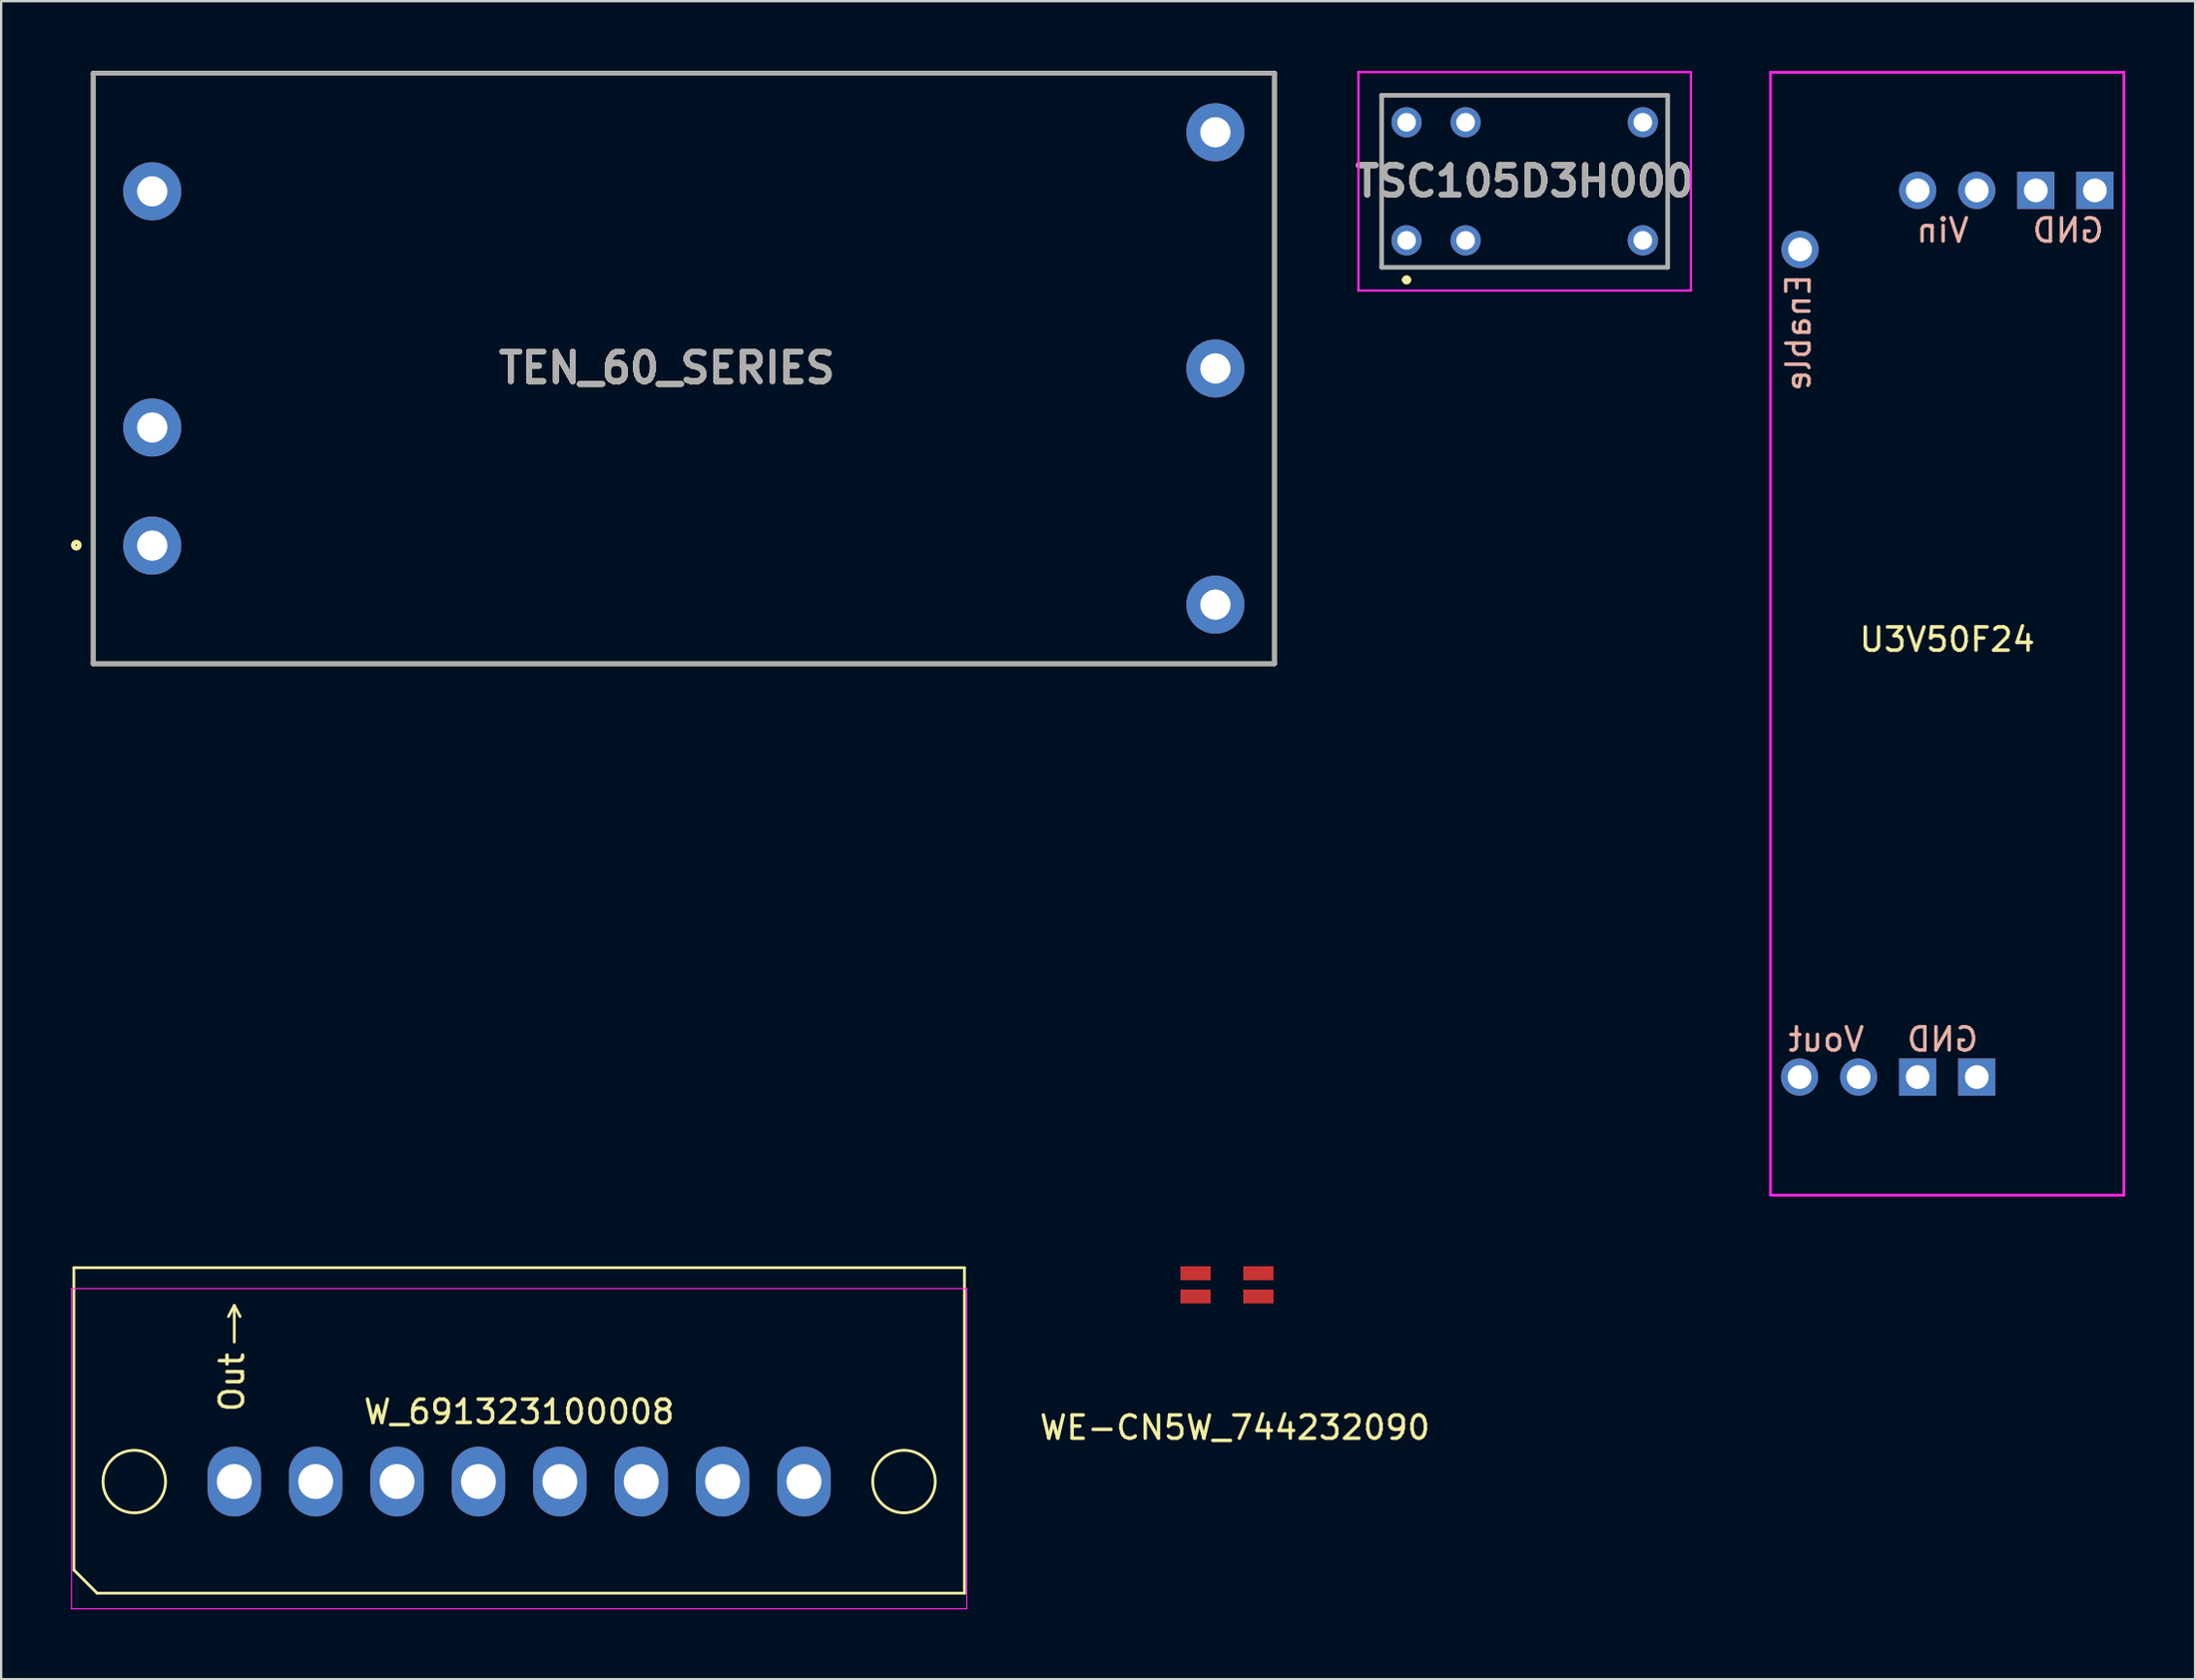
<source format=kicad_pcb>
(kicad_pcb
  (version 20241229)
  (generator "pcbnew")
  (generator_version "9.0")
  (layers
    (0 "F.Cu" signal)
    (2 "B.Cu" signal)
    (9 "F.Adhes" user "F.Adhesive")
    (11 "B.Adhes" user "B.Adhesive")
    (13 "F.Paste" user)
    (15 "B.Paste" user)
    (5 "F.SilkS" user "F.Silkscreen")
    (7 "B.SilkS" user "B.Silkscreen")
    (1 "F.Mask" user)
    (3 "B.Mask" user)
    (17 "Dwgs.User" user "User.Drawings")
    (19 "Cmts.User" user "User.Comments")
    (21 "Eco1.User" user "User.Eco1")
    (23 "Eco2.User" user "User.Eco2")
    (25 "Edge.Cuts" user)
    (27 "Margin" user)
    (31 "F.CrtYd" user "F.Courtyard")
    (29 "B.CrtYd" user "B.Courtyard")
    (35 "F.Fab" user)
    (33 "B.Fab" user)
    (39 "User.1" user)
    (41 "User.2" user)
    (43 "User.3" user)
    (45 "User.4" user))
  (footprint "WE-CN5W_744232090"
    (layer "F.Cu")
    (at 49.716 52.22)
    (property "Reference" "WE-CN5W_744232090" (at 0.34 6.14 0) (layer "F.SilkS") (effects (font (size 1 1) (thickness 0.15))))
    (attr through_hole)
    (pad "1" smd rect (at -1.35 -0.5) (size 1.3 0.6) (layers "F.Cu" "F.Mask" "F.Paste"))
    (pad "2" smd rect (at 1.35 -0.5) (size 1.3 0.6) (layers "F.Cu" "F.Mask" "F.Paste"))
    (pad "3" smd rect (at -1.35 0.5) (size 1.3 0.6) (layers "F.Cu" "F.Mask" "F.Paste"))
    (pad "4" smd rect (at 1.35 0.5) (size 1.3 0.6) (layers "F.Cu" "F.Mask" "F.Paste")))
  (footprint "TSC105D3H000"
    (layer "F.Cu")
    (at 57.438 7.29)
    (property "Reference" "TSC105D3H000" (at 5.08 -2.54 0) (layer "F.SilkS") (effects (font (size 1.27 1.27) (thickness 0.254))))
    (attr through_hole)
    (fp_line (start -1.07 -6.24) (end -1.07 1.16) (stroke (width 0.1) (type solid)) (layer "F.SilkS"))
    (fp_line (start -1.07 1.16) (end 11.23 1.16) (stroke (width 0.1) (type solid)) (layer "F.SilkS"))
    (fp_line (start -0.1 1.7) (end -0.1 1.7) (stroke (width 0.2) (type solid)) (layer "F.SilkS"))
    (fp_line (start 0.1 1.7) (end 0.1 1.7) (stroke (width 0.2) (type solid)) (layer "F.SilkS"))
    (fp_line (start 11.23 -6.24) (end -1.07 -6.24) (stroke (width 0.1) (type solid)) (layer "F.SilkS"))
    (fp_line (start 11.23 1.16) (end 11.23 -6.24) (stroke (width 0.1) (type solid)) (layer "F.SilkS"))
    (fp_arc (start -0.1 1.7) (mid 0 1.6) (end 0.1 1.7) (stroke (width 0.2) (type solid)) (layer "F.SilkS"))
    (fp_arc (start 0.1 1.7) (mid 0 1.8) (end -0.1 1.7) (stroke (width 0.2) (type solid)) (layer "F.SilkS"))
    (fp_line (start -2.07 -7.24) (end 12.23 -7.24) (stroke (width 0.1) (type solid)) (layer "F.CrtYd"))
    (fp_line (start -2.07 2.16) (end -2.07 -7.24) (stroke (width 0.1) (type solid)) (layer "F.CrtYd"))
    (fp_line (start 12.23 -7.24) (end 12.23 2.16) (stroke (width 0.1) (type solid)) (layer "F.CrtYd"))
    (fp_line (start 12.23 2.16) (end -2.07 2.16) (stroke (width 0.1) (type solid)) (layer "F.CrtYd"))
    (fp_line (start -1.07 -6.24) (end -1.07 1.16) (stroke (width 0.2) (type solid)) (layer "F.Fab"))
    (fp_line (start -1.07 1.16) (end 11.23 1.16) (stroke (width 0.2) (type solid)) (layer "F.Fab"))
    (fp_line (start 11.23 -6.24) (end -1.07 -6.24) (stroke (width 0.2) (type solid)) (layer "F.Fab"))
    (fp_line (start 11.23 1.16) (end 11.23 -6.24) (stroke (width 0.2) (type solid)) (layer "F.Fab"))
    (fp_text user "${REFERENCE}" (at 5.08 -2.54 0) (layer "F.Fab") (effects (font (size 1.27 1.27) (thickness 0.254))))
    (pad "1" thru_hole circle (at 0 0) (size 1.3 1.3) (drill 0.8) (layers "*.Cu" "*.Mask"))
    (pad "2" thru_hole circle (at 2.54 0) (size 1.3 1.3) (drill 0.8) (layers "*.Cu" "*.Mask"))
    (pad "3" thru_hole circle (at 10.16 0) (size 1.3 1.3) (drill 0.8) (layers "*.Cu" "*.Mask"))
    (pad "4" thru_hole circle (at 10.16 -5.08) (size 1.3 1.3) (drill 0.8) (layers "*.Cu" "*.Mask"))
    (pad "5" thru_hole circle (at 2.54 -5.08) (size 1.3 1.3) (drill 0.8) (layers "*.Cu" "*.Mask"))
    (pad "6" thru_hole circle (at 0 -5.08) (size 1.3 1.3) (drill 0.8) (layers "*.Cu" "*.Mask")))
  (footprint "TEN_60_SERIES"
    (layer "F.Cu")
    (at 51.757 25.5)
    (property "Reference" "TEN_60_SERIES" (at -26.125 -12.728 0) (layer "F.SilkS") (effects (font (size 1.27 1.27) (thickness 0.254))))
    (attr through_hole)
    (fp_line (start -50.8 -25.4) (end 0 -25.4) (stroke (width 0.2) (type solid)) (layer "F.SilkS"))
    (fp_line (start -50.8 0) (end -50.8 -25.4) (stroke (width 0.2) (type solid)) (layer "F.SilkS"))
    (fp_line (start 0 -25.4) (end 0 0) (stroke (width 0.2) (type solid)) (layer "F.SilkS"))
    (fp_line (start 0 0) (end -50.8 0) (stroke (width 0.2) (type solid)) (layer "F.SilkS"))
    (fp_circle (center -51.525 -5.099) (end -51.525 -4.967) (stroke (width 0.2) (type solid)) (fill no) (layer "F.SilkS"))
    (fp_line (start -50.8 -25.4) (end 0 -25.4) (stroke (width 0.2) (type solid)) (layer "F.Fab"))
    (fp_line (start -50.8 0) (end -50.8 -25.4) (stroke (width 0.2) (type solid)) (layer "F.Fab"))
    (fp_line (start 0 -25.4) (end 0 0) (stroke (width 0.2) (type solid)) (layer "F.Fab"))
    (fp_line (start 0 0) (end -50.8 0) (stroke (width 0.2) (type solid)) (layer "F.Fab"))
    (fp_text user "${REFERENCE}" (at -26.125 -12.728 0) (layer "F.Fab") (effects (font (size 1.27 1.27) (thickness 0.254))))
    (pad "1" thru_hole circle (at -48.26 -5.08) (size 2.5 2.5) (drill 1.3) (layers "*.Cu" "*.Mask"))
    (pad "2" thru_hole circle (at -48.26 -10.16) (size 2.5 2.5) (drill 1.3) (layers "*.Cu" "*.Mask"))
    (pad "3" thru_hole circle (at -48.26 -20.32) (size 2.5 2.5) (drill 1.3) (layers "*.Cu" "*.Mask"))
    (pad "4" thru_hole circle (at -2.54 -2.54) (size 2.5 2.5) (drill 1.3) (layers "*.Cu" "*.Mask"))
    (pad "5" thru_hole circle (at -2.54 -12.7) (size 2.5 2.5) (drill 1.3) (layers "*.Cu" "*.Mask"))
    (pad "6" thru_hole circle (at -2.54 -22.86) (size 2.5 2.5) (drill 1.3) (layers "*.Cu" "*.Mask")))
  (footprint "W_691323100008"
    (layer "F.Cu")
    (at 19.275 60.68)
    (property "Reference" "W_691323100008" (at 0 -3 0) (layer "F.SilkS") (effects (font (size 1 1) (thickness 0.15))))
    (attr through_hole)
    (fp_line (start -19.15 -9.2) (end 19.15 -9.2) (stroke (width 0.12) (type solid)) (layer "F.SilkS"))
    (fp_line (start -19.15 3.8) (end -19.15 -9.2) (stroke (width 0.12) (type solid)) (layer "F.SilkS"))
    (fp_line (start -18.15 4.8) (end -19.15 3.8) (stroke (width 0.12) (type solid)) (layer "F.SilkS"))
    (fp_line (start -12.25 -7.575) (end -12.5 -7.1) (stroke (width 0.12) (type solid)) (layer "F.SilkS"))
    (fp_line (start -12.25 -7.575) (end -12 -7.1) (stroke (width 0.12) (type solid)) (layer "F.SilkS"))
    (fp_line (start -12.25 -6) (end -12.25 -7.575) (stroke (width 0.12) (type solid)) (layer "F.SilkS"))
    (fp_line (start 19.15 -9.2) (end 19.15 4.8) (stroke (width 0.12) (type solid)) (layer "F.SilkS"))
    (fp_line (start 19.15 4.8) (end -18.15 4.8) (stroke (width 0.12) (type solid)) (layer "F.SilkS"))
    (fp_circle (center -16.55 0) (end -15.55 -0.9) (stroke (width 0.12) (type solid)) (fill no) (layer "F.SilkS"))
    (fp_circle (center 16.55 0) (end 17.55 -0.9) (stroke (width 0.12) (type solid)) (fill no) (layer "F.SilkS"))
    (fp_line (start -19.25 -8.3) (end 19.25 -8.3) (stroke (width 0.05) (type solid)) (layer "F.CrtYd"))
    (fp_line (start -19.25 5.475) (end -19.25 -8.3) (stroke (width 0.05) (type solid)) (layer "F.CrtYd"))
    (fp_line (start 19.25 -8.3) (end 19.25 5.475) (stroke (width 0.05) (type solid)) (layer "F.CrtYd"))
    (fp_line (start 19.25 5.475) (end -19.25 5.475) (stroke (width 0.05) (type solid)) (layer "F.CrtYd"))
    (fp_text user "Out" (at -12.35 -4.275 270) (layer "F.SilkS") (effects (font (size 1 1) (thickness 0.15))))
    (pad "1" thru_hole oval (at -12.25 0) (size 2.3 3) (drill 1.5) (layers "*.Cu" "*.Mask"))
    (pad "2" thru_hole oval (at -8.75 0) (size 2.3 3) (drill 1.5) (layers "*.Cu" "*.Mask"))
    (pad "3" thru_hole oval (at -5.25 0) (size 2.3 3) (drill 1.5) (layers "*.Cu" "*.Mask"))
    (pad "4" thru_hole oval (at -1.75 0) (size 2.3 3) (drill 1.5) (layers "*.Cu" "*.Mask"))
    (pad "5" thru_hole oval (at 1.75 0) (size 2.3 3) (drill 1.5) (layers "*.Cu" "*.Mask"))
    (pad "6" thru_hole oval (at 5.25 0) (size 2.3 3) (drill 1.5) (layers "*.Cu" "*.Mask"))
    (pad "7" thru_hole oval (at 8.75 0) (size 2.3 3) (drill 1.5) (layers "*.Cu" "*.Mask"))
    (pad "8" thru_hole oval (at 12.25 0) (size 2.3 3) (drill 1.5) (layers "*.Cu" "*.Mask")))
  (footprint "U3V50F24"
    (layer "F.Cu")
    (at 80.689 24.21)
    (property "Reference" "U3V50F24" (at 0 0.25 0) (layer "F.SilkS") (effects (font (size 1 1) (thickness 0.15))))
    (attr through_hole)
    (fp_line (start -7.6 -24.15) (end 7.6 -24.15) (stroke (width 0.12) (type solid)) (layer "F.CrtYd"))
    (fp_line (start -7.6 24.15) (end -7.6 -24.15) (stroke (width 0.12) (type solid)) (layer "F.CrtYd"))
    (fp_line (start 7.6 -24.15) (end 7.6 24.15) (stroke (width 0.12) (type solid)) (layer "F.CrtYd"))
    (fp_line (start 7.6 24.15) (end -7.6 24.15) (stroke (width 0.12) (type solid)) (layer "F.CrtYd"))
    (fp_text user "Enable" (at -6.4 -12.95 90) (layer "B.SilkS") (effects (font (size 1 1) (thickness 0.15)) (justify mirror)))
    (fp_text user "Vout" (at -5.2 17.45 0) (layer "B.SilkS") (effects (font (size 1 1) (thickness 0.15)) (justify mirror)))
    (fp_text user "GND" (at 5.2 -17.35 0) (layer "B.SilkS") (effects (font (size 1 1) (thickness 0.15)) (justify mirror)))
    (fp_text user "GND" (at -0.2 17.45 0) (layer "B.SilkS") (effects (font (size 1 1) (thickness 0.15)) (justify mirror)))
    (fp_text user "Vin" (at -0.2 -17.35 0) (layer "B.SilkS") (effects (font (size 1 1) (thickness 0.15)) (justify mirror)))
    (pad "1" thru_hole circle (at -1.27 -19.07) (size 1.6 1.6) (drill 1.02) (layers "*.Cu" "*.Mask"))
    (pad "1" thru_hole circle (at 1.27 -19.07) (size 1.6 1.6) (drill 1.02) (layers "*.Cu" "*.Mask"))
    (pad "2" thru_hole rect (at 3.81 -19.07) (size 1.6 1.6) (drill 1.02) (layers "*.Cu" "*.Mask"))
    (pad "2" thru_hole rect (at 6.35 -19.07) (size 1.6 1.6) (drill 1.02) (layers "*.Cu" "*.Mask"))
    (pad "3" thru_hole circle (at -6.33 -16.53) (size 1.6 1.6) (drill 1.02) (layers "*.Cu" "*.Mask"))
    (pad "4" thru_hole rect (at -1.27 19.07) (size 1.6 1.6) (drill 1.02) (layers "*.Cu" "*.Mask"))
    (pad "4" thru_hole rect (at 1.27 19.07) (size 1.6 1.6) (drill 1.02) (layers "*.Cu" "*.Mask"))
    (pad "5" thru_hole circle (at -6.35 19.07) (size 1.6 1.6) (drill 1.02) (layers "*.Cu" "*.Mask"))
    (pad "5" thru_hole circle (at -3.81 19.07) (size 1.6 1.6) (drill 1.02) (layers "*.Cu" "*.Mask")))
  (gr_rect
    (start -3 -3)
    (end 91.349 69.18)
    (stroke (width 0.1) (type default))
    (fill no)
    (layer "Edge.Cuts")))
</source>
